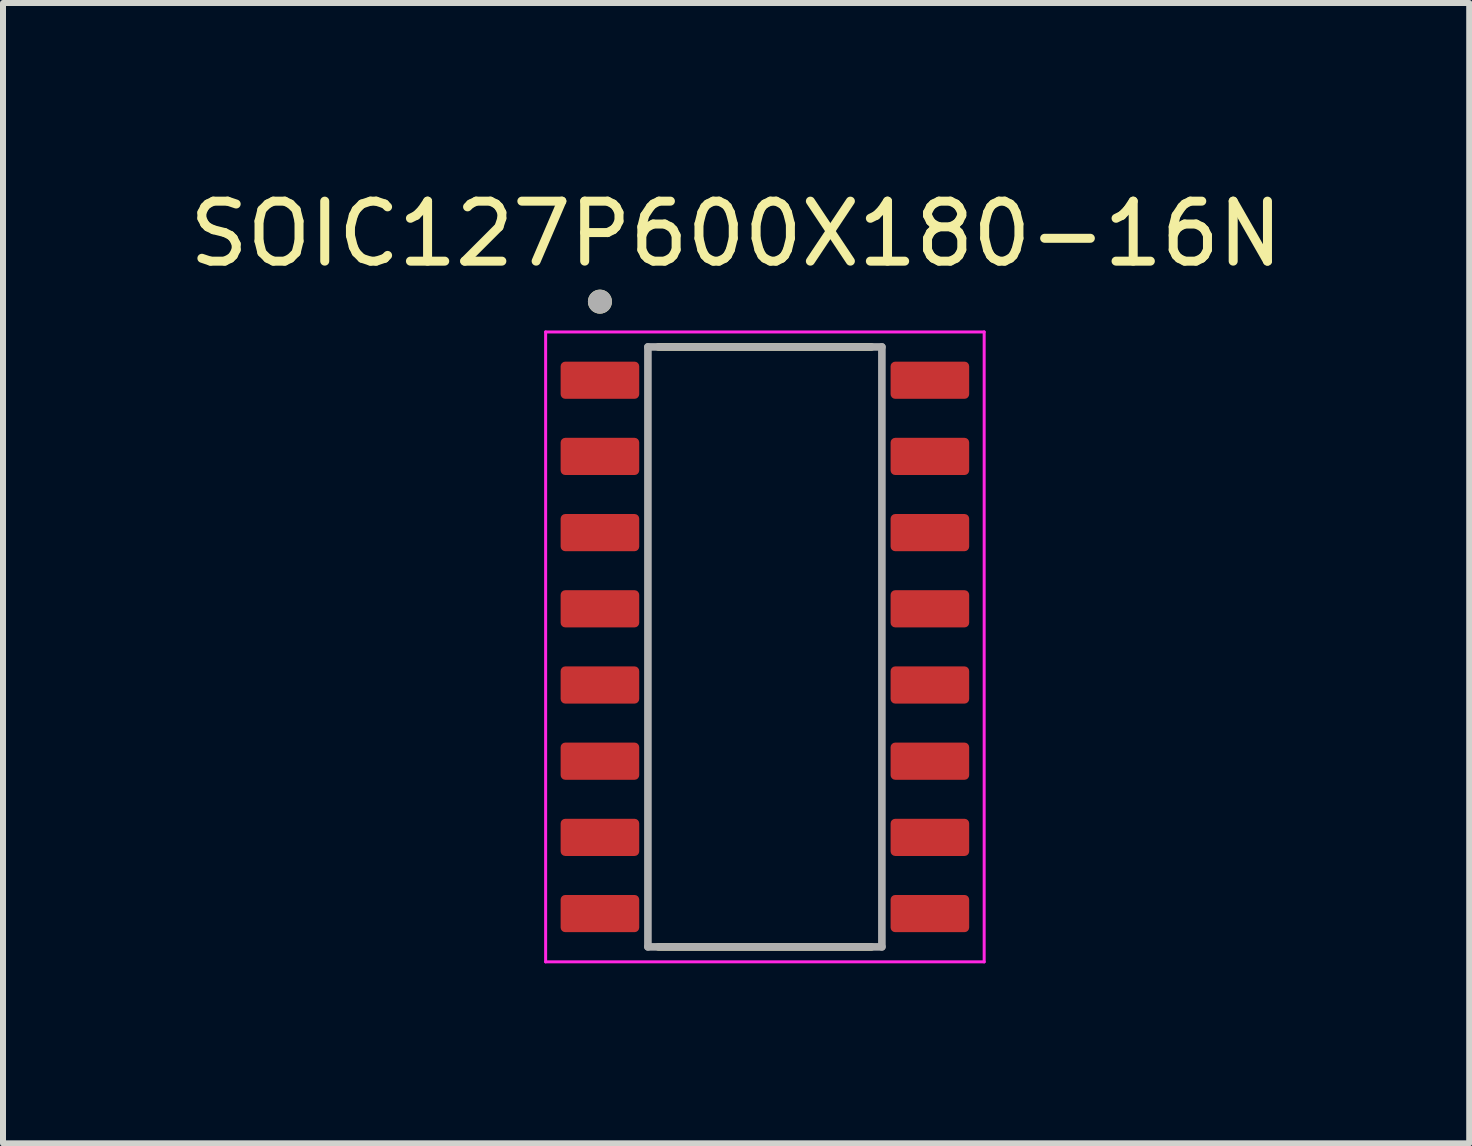
<source format=kicad_pcb>
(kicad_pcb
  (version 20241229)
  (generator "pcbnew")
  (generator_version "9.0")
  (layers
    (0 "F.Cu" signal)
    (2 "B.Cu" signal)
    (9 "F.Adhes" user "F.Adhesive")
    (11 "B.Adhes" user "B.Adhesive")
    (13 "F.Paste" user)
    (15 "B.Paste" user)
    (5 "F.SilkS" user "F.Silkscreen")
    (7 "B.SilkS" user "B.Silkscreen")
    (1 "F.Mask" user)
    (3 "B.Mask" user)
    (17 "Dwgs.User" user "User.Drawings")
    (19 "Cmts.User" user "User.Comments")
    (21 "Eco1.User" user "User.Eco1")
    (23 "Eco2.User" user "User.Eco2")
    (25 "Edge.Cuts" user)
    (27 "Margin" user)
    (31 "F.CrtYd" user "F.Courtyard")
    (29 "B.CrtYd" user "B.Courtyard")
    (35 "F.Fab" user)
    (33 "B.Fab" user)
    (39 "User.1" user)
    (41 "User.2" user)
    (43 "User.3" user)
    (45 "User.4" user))
  (footprint "SOIC127P600X180-16N"
    (layer "F.Cu")
    (at 9.7 7.733)
    (property "Reference" "SOIC127P600X180-16N" (at -0.48 -6.885 0) (layer "F.SilkS") (effects (font (size 1 1) (thickness 0.15))))
    (attr smd)
    (fp_line (start -1.775 -5) (end 1.775 -5) (stroke (width 0.127) (type solid)) (layer "F.SilkS"))
    (fp_line (start -1.775 5) (end 1.775 5) (stroke (width 0.127) (type solid)) (layer "F.SilkS"))
    (fp_circle (center -2.75 -5.755) (end -2.65 -5.755) (stroke (width 0.2) (type solid)) (fill no) (layer "F.SilkS"))
    (fp_line (start -3.655 -5.25) (end -3.655 5.25) (stroke (width 0.05) (type solid)) (layer "F.CrtYd"))
    (fp_line (start -3.655 5.25) (end 3.655 5.25) (stroke (width 0.05) (type solid)) (layer "F.CrtYd"))
    (fp_line (start 3.655 -5.25) (end -3.655 -5.25) (stroke (width 0.05) (type solid)) (layer "F.CrtYd"))
    (fp_line (start 3.655 5.25) (end 3.655 -5.25) (stroke (width 0.05) (type solid)) (layer "F.CrtYd"))
    (fp_line (start -1.95 -5) (end 1.95 -5) (stroke (width 0.127) (type solid)) (layer "F.Fab"))
    (fp_line (start -1.95 5) (end -1.95 -5) (stroke (width 0.127) (type solid)) (layer "F.Fab"))
    (fp_line (start 1.95 -5) (end 1.95 5) (stroke (width 0.127) (type solid)) (layer "F.Fab"))
    (fp_line (start 1.95 5) (end -1.95 5) (stroke (width 0.127) (type solid)) (layer "F.Fab"))
    (fp_circle (center -2.75 -5.755) (end -2.65 -5.755) (stroke (width 0.2) (type solid)) (fill no) (layer "F.Fab"))
    (pad "1" smd roundrect (at -2.75 -4.445) (size 1.31 0.62) (layers "F.Cu" "F.Mask" "F.Paste") (roundrect_rratio 0.125))
    (pad "2" smd roundrect (at -2.75 -3.175) (size 1.31 0.62) (layers "F.Cu" "F.Mask" "F.Paste") (roundrect_rratio 0.125))
    (pad "3" smd roundrect (at -2.75 -1.905) (size 1.31 0.62) (layers "F.Cu" "F.Mask" "F.Paste") (roundrect_rratio 0.125))
    (pad "4" smd roundrect (at -2.75 -0.635) (size 1.31 0.62) (layers "F.Cu" "F.Mask" "F.Paste") (roundrect_rratio 0.125))
    (pad "5" smd roundrect (at -2.75 0.635) (size 1.31 0.62) (layers "F.Cu" "F.Mask" "F.Paste") (roundrect_rratio 0.125))
    (pad "6" smd roundrect (at -2.75 1.905) (size 1.31 0.62) (layers "F.Cu" "F.Mask" "F.Paste") (roundrect_rratio 0.125))
    (pad "7" smd roundrect (at -2.75 3.175) (size 1.31 0.62) (layers "F.Cu" "F.Mask" "F.Paste") (roundrect_rratio 0.125))
    (pad "8" smd roundrect (at -2.75 4.445) (size 1.31 0.62) (layers "F.Cu" "F.Mask" "F.Paste") (roundrect_rratio 0.125))
    (pad "9" smd roundrect (at 2.75 4.445) (size 1.31 0.62) (layers "F.Cu" "F.Mask" "F.Paste") (roundrect_rratio 0.125))
    (pad "10" smd roundrect (at 2.75 3.175) (size 1.31 0.62) (layers "F.Cu" "F.Mask" "F.Paste") (roundrect_rratio 0.125))
    (pad "11" smd roundrect (at 2.75 1.905) (size 1.31 0.62) (layers "F.Cu" "F.Mask" "F.Paste") (roundrect_rratio 0.125))
    (pad "12" smd roundrect (at 2.75 0.635) (size 1.31 0.62) (layers "F.Cu" "F.Mask" "F.Paste") (roundrect_rratio 0.125))
    (pad "13" smd roundrect (at 2.75 -0.635) (size 1.31 0.62) (layers "F.Cu" "F.Mask" "F.Paste") (roundrect_rratio 0.125))
    (pad "14" smd roundrect (at 2.75 -1.905) (size 1.31 0.62) (layers "F.Cu" "F.Mask" "F.Paste") (roundrect_rratio 0.125))
    (pad "15" smd roundrect (at 2.75 -3.175) (size 1.31 0.62) (layers "F.Cu" "F.Mask" "F.Paste") (roundrect_rratio 0.125))
    (pad "16" smd roundrect (at 2.75 -4.445) (size 1.31 0.62) (layers "F.Cu" "F.Mask" "F.Paste") (roundrect_rratio 0.125)))
  (gr_rect
    (start -3 -3)
    (end 21.44 16.008)
    (stroke (width 0.1) (type default))
    (fill no)
    (layer "Edge.Cuts")))
</source>
